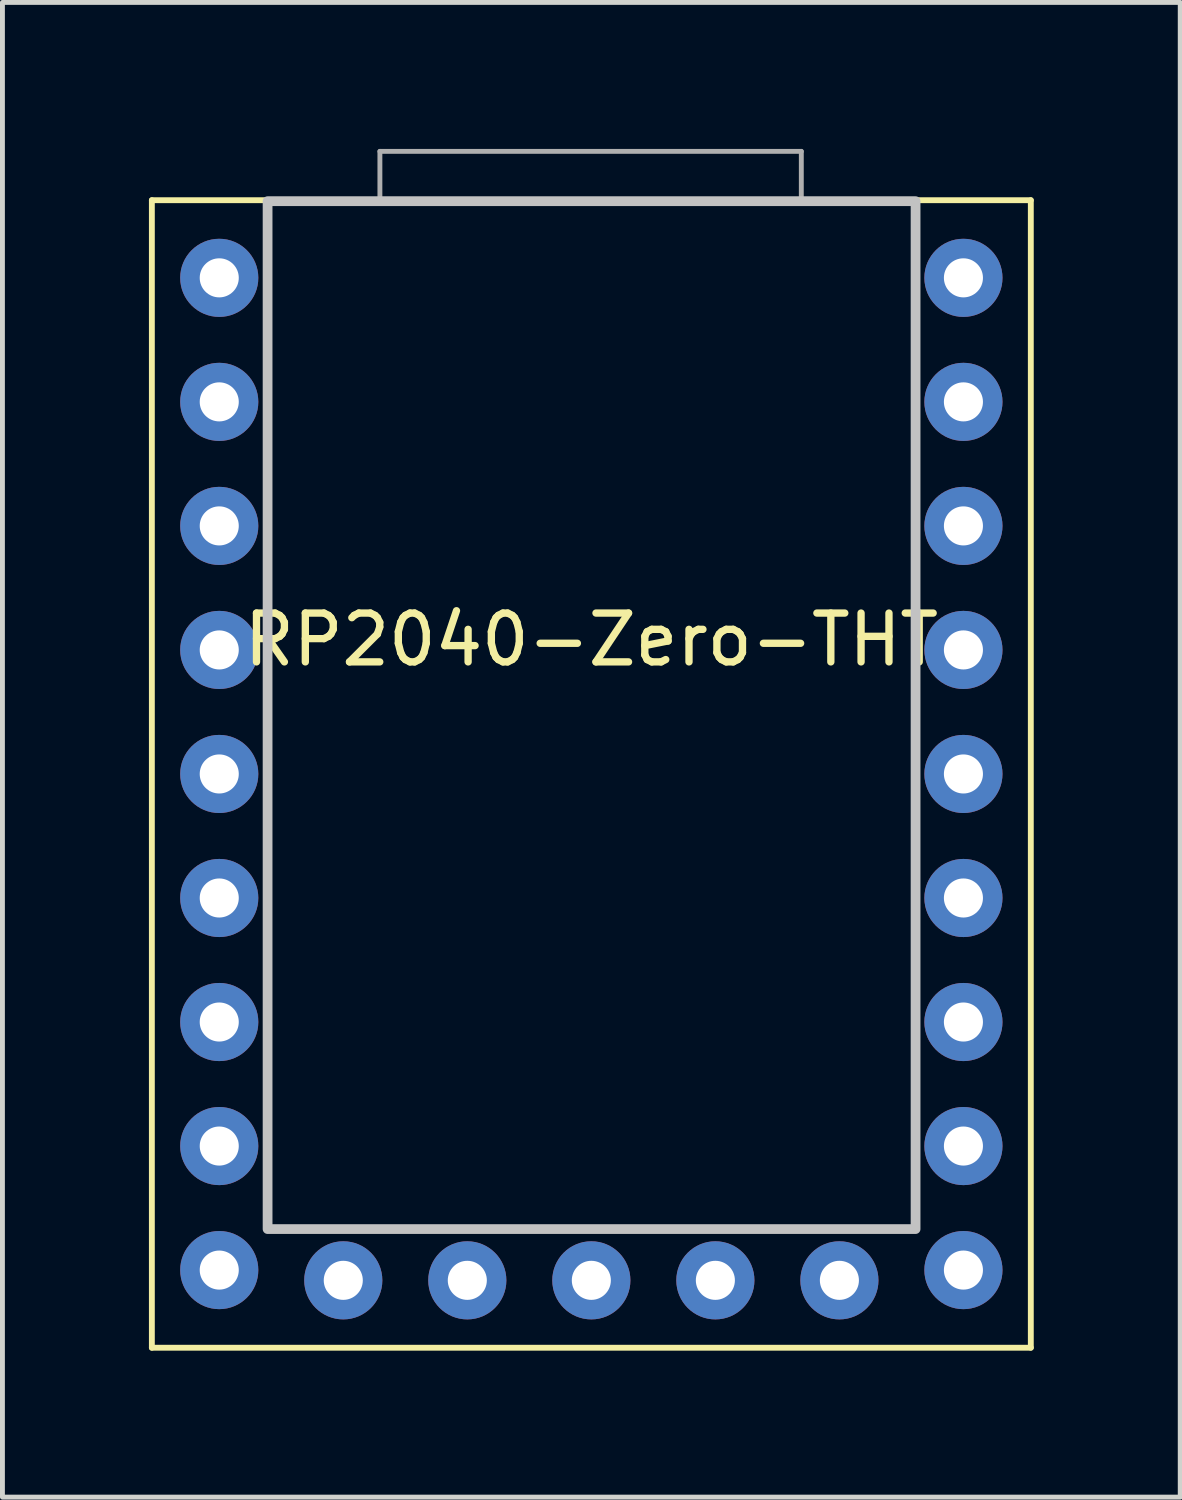
<source format=kicad_pcb>
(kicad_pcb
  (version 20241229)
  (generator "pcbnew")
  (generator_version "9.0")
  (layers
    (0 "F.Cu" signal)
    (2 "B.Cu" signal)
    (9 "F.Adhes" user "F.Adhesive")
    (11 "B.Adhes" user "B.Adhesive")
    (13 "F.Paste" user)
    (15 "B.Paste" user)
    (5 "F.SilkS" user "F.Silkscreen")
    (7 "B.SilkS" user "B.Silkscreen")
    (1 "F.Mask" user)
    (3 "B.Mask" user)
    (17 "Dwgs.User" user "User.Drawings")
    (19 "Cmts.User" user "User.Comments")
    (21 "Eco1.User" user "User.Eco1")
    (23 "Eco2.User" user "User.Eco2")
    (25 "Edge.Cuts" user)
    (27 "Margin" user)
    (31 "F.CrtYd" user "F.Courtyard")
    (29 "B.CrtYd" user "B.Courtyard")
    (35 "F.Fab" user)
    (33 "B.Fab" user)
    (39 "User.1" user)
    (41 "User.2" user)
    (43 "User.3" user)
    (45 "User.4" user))
  (footprint "RP2040-Zero-THT"
    (layer "F.Cu")
    (at 9.06 12.05)
    (property "Reference" "RP2040-Zero-THT" (at 0 -2 0) (unlocked yes) (layer "F.SilkS") (effects (font (size 1 1) (thickness 0.15))))
    (attr through_hole)
    (fp_line (start -9 -11) (end -9 12.5) (stroke (width 0.12) (type solid)) (layer "F.SilkS"))
    (fp_line (start -9 12.5) (end 9 12.5) (stroke (width 0.12) (type solid)) (layer "F.SilkS"))
    (fp_line (start 9 -11) (end -9 -11) (stroke (width 0.12) (type solid)) (layer "F.SilkS"))
    (fp_line (start 9 12.5) (end 9 -11) (stroke (width 0.12) (type solid)) (layer "F.SilkS"))
    (fp_rect (start -6.63 -10.98) (end 6.64 10.07) (stroke (width 0.2) (type solid)) (fill no) (layer "Dwgs.User"))
    (fp_line (start -4.33 -12) (end -4.33 -11) (stroke (width 0.1) (type solid)) (layer "F.Fab"))
    (fp_line (start -4.33 -12) (end 4.3 -12) (stroke (width 0.1) (type solid)) (layer "F.Fab"))
    (fp_line (start 4.3 -12) (end 4.3 -11) (stroke (width 0.1) (type solid)) (layer "F.Fab"))
    (pad "0" thru_hole circle (at 7.62 -9.41) (size 1.6 1.6) (drill 0.8) (layers "*.Cu" "*.Mask"))
    (pad "1" thru_hole circle (at 7.62 -6.87) (size 1.6 1.6) (drill 0.8) (layers "*.Cu" "*.Mask"))
    (pad "2" thru_hole circle (at 7.62 -4.33) (size 1.6 1.6) (drill 0.8) (layers "*.Cu" "*.Mask"))
    (pad "3" thru_hole circle (at 7.62 -1.79) (size 1.6 1.6) (drill 0.8) (layers "*.Cu" "*.Mask"))
    (pad "4" thru_hole circle (at 7.62 0.75) (size 1.6 1.6) (drill 0.8) (layers "*.Cu" "*.Mask"))
    (pad "5" thru_hole circle (at 7.62 3.29) (size 1.6 1.6) (drill 0.8) (layers "*.Cu" "*.Mask"))
    (pad "6" thru_hole circle (at 7.62 5.83) (size 1.6 1.6) (drill 0.8) (layers "*.Cu" "*.Mask"))
    (pad "7" thru_hole circle (at 7.62 8.37) (size 1.6 1.6) (drill 0.8) (layers "*.Cu" "*.Mask"))
    (pad "8" thru_hole circle (at 7.62 10.91) (size 1.6 1.6) (drill 0.8) (layers "*.Cu" "*.Mask"))
    (pad "9" thru_hole circle (at 5.08 11.12) (size 1.6 1.6) (drill 0.8) (layers "*.Cu" "*.Mask"))
    (pad "10" thru_hole circle (at 2.54 11.12) (size 1.6 1.6) (drill 0.8) (layers "*.Cu" "*.Mask"))
    (pad "11" thru_hole circle (at 0 11.12) (size 1.6 1.6) (drill 0.8) (layers "*.Cu" "*.Mask"))
    (pad "12" thru_hole circle (at -2.54 11.12) (size 1.6 1.6) (drill 0.8) (layers "*.Cu" "*.Mask"))
    (pad "13" thru_hole circle (at -5.08 11.12) (size 1.6 1.6) (drill 0.8) (layers "*.Cu" "*.Mask"))
    (pad "14" thru_hole circle (at -7.62 10.91) (size 1.6 1.6) (drill 0.8) (layers "*.Cu" "*.Mask"))
    (pad "15" thru_hole circle (at -7.62 8.37) (size 1.6 1.6) (drill 0.8) (layers "*.Cu" "*.Mask"))
    (pad "26" thru_hole circle (at -7.62 5.83) (size 1.6 1.6) (drill 0.8) (layers "*.Cu" "*.Mask"))
    (pad "27" thru_hole circle (at -7.62 3.29) (size 1.6 1.6) (drill 0.8) (layers "*.Cu" "*.Mask"))
    (pad "28" thru_hole circle (at -7.62 0.75) (size 1.6 1.6) (drill 0.8) (layers "*.Cu" "*.Mask"))
    (pad "29" thru_hole circle (at -7.62 -1.79) (size 1.6 1.6) (drill 0.8) (layers "*.Cu" "*.Mask"))
    (pad "30" thru_hole circle (at -7.62 -4.33) (size 1.6 1.6) (drill 0.8) (layers "*.Cu" "*.Mask"))
    (pad "31" thru_hole circle (at -7.62 -6.87) (size 1.6 1.6) (drill 0.8) (layers "*.Cu" "*.Mask"))
    (pad "32" thru_hole circle (at -7.62 -9.41) (size 1.6 1.6) (drill 0.8) (layers "*.Cu" "*.Mask")))
  (gr_rect
    (start -3 -3)
    (end 21.12 27.61)
    (stroke (width 0.1) (type default))
    (fill no)
    (layer "Edge.Cuts")))
</source>
